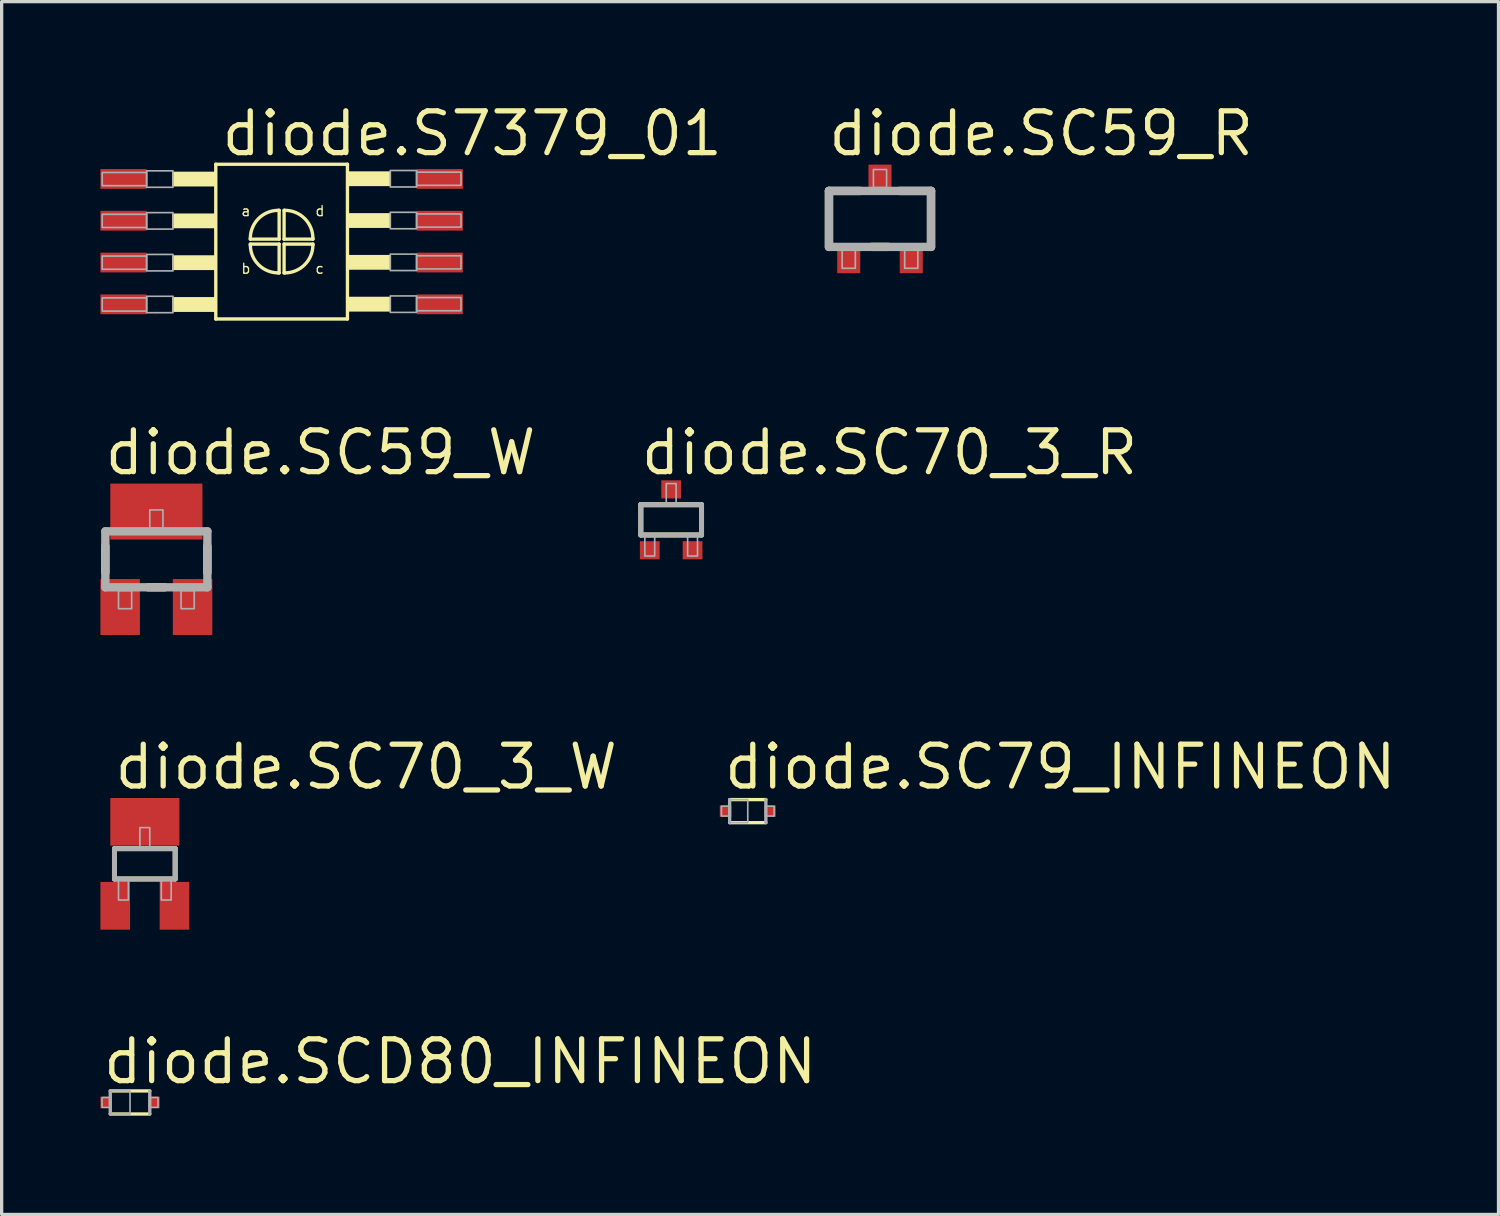
<source format=kicad_pcb>
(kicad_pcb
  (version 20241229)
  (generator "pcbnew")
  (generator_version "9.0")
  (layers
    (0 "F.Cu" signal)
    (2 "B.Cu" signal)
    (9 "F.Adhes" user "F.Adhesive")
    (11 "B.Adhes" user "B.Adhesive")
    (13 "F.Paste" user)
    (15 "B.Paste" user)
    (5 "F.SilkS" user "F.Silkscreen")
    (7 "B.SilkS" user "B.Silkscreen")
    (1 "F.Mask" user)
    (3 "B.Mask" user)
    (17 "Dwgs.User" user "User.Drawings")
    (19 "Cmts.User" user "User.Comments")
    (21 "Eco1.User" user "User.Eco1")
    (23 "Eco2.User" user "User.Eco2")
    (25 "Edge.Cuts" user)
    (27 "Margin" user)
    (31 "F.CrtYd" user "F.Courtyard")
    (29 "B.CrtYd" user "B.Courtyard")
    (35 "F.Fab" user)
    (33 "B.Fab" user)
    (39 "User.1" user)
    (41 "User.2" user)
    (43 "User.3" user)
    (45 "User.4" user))
  (footprint "diode.SC79_INFINEON"
    (layer "F.Cu")
    (at 19.666 21.591)
    (property "Reference" "diode.SC79_INFINEON" (at -0.8 -0.6 0) (layer "F.SilkS") (effects (font (size 1.27 1.27) (thickness 0.16)) (justify left bottom)))
    (attr smd)
    (fp_line (start -0.55 -0.35) (end 0.55 -0.35) (stroke (width 0.102) (type default)) (layer "F.SilkS"))
    (fp_line (start 0.55 0.35) (end -0.55 0.35) (stroke (width 0.102) (type default)) (layer "F.SilkS"))
    (fp_line (start -0.55 0.35) (end -0.55 -0.35) (stroke (width 0.102) (type default)) (layer "F.Fab"))
    (fp_line (start 0.55 -0.35) (end 0.55 0.35) (stroke (width 0.102) (type default)) (layer "F.Fab"))
    (fp_rect (start -0.8 0.15) (end -0.55 -0.15) (stroke (width 0.05) (type default)) (fill no) (layer "F.Fab"))
    (fp_rect (start -0.55 0.35) (end 0 -0.35) (stroke (width 0.05) (type default)) (fill no) (layer "F.Fab"))
    (fp_rect (start 0.55 0.15) (end 0.8 -0.15) (stroke (width 0.05) (type default)) (fill no) (layer "F.Fab"))
    (pad "A" smd roundrect (at 0.675 0) (size 0.35 0.35) (layers "F.Cu" "F.Mask" "F.Paste") (roundrect_rratio 0.01))
    (pad "C" smd roundrect (at -0.675 0) (size 0.35 0.35) (layers "F.Cu" "F.Mask" "F.Paste") (roundrect_rratio 0.01)))
  (footprint "diode.SC59_W"
    (layer "F.Cu")
    (at 1.7 13.941)
    (property "Reference" "diode.SC59_W" (at -1.65 -2.5 0) (layer "F.SilkS") (effects (font (size 1.27 1.27) (thickness 0.16)) (justify left bottom)))
    (attr smd)
    (fp_line (start -1.55 0.4) (end -1.55 -0.4) (stroke (width 0.254) (type default)) (layer "F.SilkS"))
    (fp_line (start 0.25 0.85) (end -0.25 0.85) (stroke (width 0.254) (type default)) (layer "F.SilkS"))
    (fp_line (start 1.55 -0.4) (end 1.55 0.4) (stroke (width 0.254) (type default)) (layer "F.SilkS"))
    (fp_line (start -1.55 -0.85) (end 1.55 -0.85) (stroke (width 0.254) (type default)) (layer "F.Fab"))
    (fp_line (start -1.55 0.85) (end -1.55 -0.85) (stroke (width 0.254) (type default)) (layer "F.Fab"))
    (fp_line (start 1.55 -0.85) (end 1.55 0.85) (stroke (width 0.254) (type default)) (layer "F.Fab"))
    (fp_line (start 1.55 0.85) (end -1.55 0.85) (stroke (width 0.254) (type default)) (layer "F.Fab"))
    (fp_rect (start -1.15 1.5) (end -0.75 0.95) (stroke (width 0.05) (type default)) (fill no) (layer "F.Fab"))
    (fp_rect (start -0.2 -0.95) (end 0.2 -1.5) (stroke (width 0.05) (type default)) (fill no) (layer "F.Fab"))
    (fp_rect (start 0.75 1.5) (end 1.15 0.95) (stroke (width 0.05) (type default)) (fill no) (layer "F.Fab"))
    (pad "1" smd roundrect (at -1.1 1.45) (size 1.2 1.7) (layers "F.Cu" "F.Mask" "F.Paste") (roundrect_rratio 0.01))
    (pad "2" smd roundrect (at 1.1 1.45) (size 1.2 1.7) (layers "F.Cu" "F.Mask" "F.Paste") (roundrect_rratio 0.01))
    (pad "3" smd roundrect (at 0 -1.45) (size 2.8 1.7) (layers "F.Cu" "F.Mask" "F.Paste") (roundrect_rratio 0.01)))
  (footprint "diode.SC70_3_W"
    (layer "F.Cu")
    (at 1.35 23.191)
    (property "Reference" "diode.SC70_3_W" (at -1 -2.2 0) (layer "F.SilkS") (effects (font (size 1.27 1.27) (thickness 0.16)) (justify left bottom)))
    (attr smd)
    (fp_line (start -0.922 -0.46) (end 0.922 -0.46) (stroke (width 0.152) (type default)) (layer "F.SilkS"))
    (fp_line (start -0.922 0.46) (end -0.922 -0.46) (stroke (width 0.152) (type default)) (layer "F.SilkS"))
    (fp_line (start 0.922 -0.46) (end 0.922 0.46) (stroke (width 0.152) (type default)) (layer "F.SilkS"))
    (fp_line (start 0.922 0.46) (end -0.922 0.46) (stroke (width 0.152) (type default)) (layer "F.SilkS"))
    (fp_line (start -0.922 -0.46) (end 0.922 -0.46) (stroke (width 0.152) (type default)) (layer "F.Fab"))
    (fp_line (start -0.922 0.46) (end -0.922 -0.46) (stroke (width 0.152) (type default)) (layer "F.Fab"))
    (fp_line (start 0.922 -0.46) (end 0.922 0.46) (stroke (width 0.152) (type default)) (layer "F.Fab"))
    (fp_line (start 0.922 0.46) (end -0.922 0.46) (stroke (width 0.152) (type default)) (layer "F.Fab"))
    (fp_rect (start -0.8 1.1) (end -0.5 0.5) (stroke (width 0.05) (type default)) (fill no) (layer "F.Fab"))
    (fp_rect (start -0.15 -0.5) (end 0.15 -1.1) (stroke (width 0.05) (type default)) (fill no) (layer "F.Fab"))
    (fp_rect (start 0.5 1.1) (end 0.8 0.5) (stroke (width 0.05) (type default)) (fill no) (layer "F.Fab"))
    (pad "1" smd roundrect (at -0.9 1.275) (size 0.9 1.45) (layers "F.Cu" "F.Mask" "F.Paste") (roundrect_rratio 0.01))
    (pad "2" smd roundrect (at 0.9 1.275) (size 0.9 1.45) (layers "F.Cu" "F.Mask" "F.Paste") (roundrect_rratio 0.01))
    (pad "3" smd roundrect (at 0 -1.275) (size 2.1 1.45) (layers "F.Cu" "F.Mask" "F.Paste") (roundrect_rratio 0.01)))
  (footprint "diode.S7379_01"
    (layer "F.Cu")
    (at 5.505 4.29)
    (property "Reference" "diode.S7379_01" (at -1.905 -2.54 0) (layer "F.SilkS") (effects (font (size 1.27 1.27) (thickness 0.16)) (justify left bottom)))
    (attr smd)
    (fp_line (start -2 -2.35) (end 2 -2.35) (stroke (width 0.102) (type default)) (layer "F.SilkS"))
    (fp_line (start -2 2.35) (end -2 -2.35) (stroke (width 0.102) (type default)) (layer "F.SilkS"))
    (fp_line (start -0.95 -0.075) (end -0.95 -0.1) (stroke (width 0.102) (type default)) (layer "F.SilkS"))
    (fp_line (start -0.95 0.075) (end -0.075 0.075) (stroke (width 0.102) (type default)) (layer "F.SilkS"))
    (fp_line (start -0.95 0.1) (end -0.95 0.075) (stroke (width 0.102) (type default)) (layer "F.SilkS"))
    (fp_line (start -0.1 -0.95) (end -0.075 -0.95) (stroke (width 0.102) (type default)) (layer "F.SilkS"))
    (fp_line (start -0.075 -0.95) (end -0.075 -0.075) (stroke (width 0.102) (type default)) (layer "F.SilkS"))
    (fp_line (start -0.075 -0.075) (end -0.95 -0.075) (stroke (width 0.102) (type default)) (layer "F.SilkS"))
    (fp_line (start -0.075 0.075) (end -0.075 0.95) (stroke (width 0.102) (type default)) (layer "F.SilkS"))
    (fp_line (start -0.075 0.95) (end -0.1 0.95) (stroke (width 0.102) (type default)) (layer "F.SilkS"))
    (fp_line (start 0.075 -0.95) (end 0.1 -0.95) (stroke (width 0.102) (type default)) (layer "F.SilkS"))
    (fp_line (start 0.075 -0.075) (end 0.075 -0.95) (stroke (width 0.102) (type default)) (layer "F.SilkS"))
    (fp_line (start 0.075 0.075) (end 0.95 0.075) (stroke (width 0.102) (type default)) (layer "F.SilkS"))
    (fp_line (start 0.075 0.95) (end 0.075 0.075) (stroke (width 0.102) (type default)) (layer "F.SilkS"))
    (fp_line (start 0.1 0.95) (end 0.075 0.95) (stroke (width 0.102) (type default)) (layer "F.SilkS"))
    (fp_line (start 0.95 -0.1) (end 0.95 -0.075) (stroke (width 0.102) (type default)) (layer "F.SilkS"))
    (fp_line (start 0.95 -0.075) (end 0.075 -0.075) (stroke (width 0.102) (type default)) (layer "F.SilkS"))
    (fp_line (start 0.95 0.075) (end 0.95 0.1) (stroke (width 0.102) (type default)) (layer "F.SilkS"))
    (fp_line (start 2 -2.35) (end 2 2.35) (stroke (width 0.102) (type default)) (layer "F.SilkS"))
    (fp_line (start 2 2.35) (end -2 2.35) (stroke (width 0.102) (type default)) (layer "F.SilkS"))
    (fp_rect (start -3.3 -1.7) (end -2 -2.1) (stroke (width 0.05) (type default)) (fill yes) (layer "F.SilkS"))
    (fp_rect (start -3.3 -0.43) (end -2 -0.83) (stroke (width 0.05) (type default)) (fill yes) (layer "F.SilkS"))
    (fp_rect (start -3.3 0.84) (end -2 0.44) (stroke (width 0.05) (type default)) (fill yes) (layer "F.SilkS"))
    (fp_rect (start -3.3 2.11) (end -2 1.71) (stroke (width 0.05) (type default)) (fill yes) (layer "F.SilkS"))
    (fp_rect (start 2 -1.71) (end 3.3 -2.11) (stroke (width 0.05) (type default)) (fill yes) (layer "F.SilkS"))
    (fp_rect (start 2 -0.44) (end 3.3 -0.84) (stroke (width 0.05) (type default)) (fill yes) (layer "F.SilkS"))
    (fp_rect (start 2 0.83) (end 3.3 0.43) (stroke (width 0.05) (type default)) (fill yes) (layer "F.SilkS"))
    (fp_rect (start 2 2.1) (end 3.3 1.7) (stroke (width 0.05) (type default)) (fill yes) (layer "F.SilkS"))
    (fp_arc (start -0.95 -0.1) (mid -0.701041 -0.701041) (end -0.1 -0.95) (stroke (width 0.1016) (type default)) (layer "F.SilkS"))
    (fp_arc (start -0.1 0.95) (mid -0.701041 0.701041) (end -0.95 0.1) (stroke (width 0.1016) (type default)) (layer "F.SilkS"))
    (fp_arc (start 0.1 -0.95) (mid 0.701041 -0.701041) (end 0.95 -0.1) (stroke (width 0.1016) (type default)) (layer "F.SilkS"))
    (fp_arc (start 0.95 0.1) (mid 0.701041 0.701041) (end 0.1 0.95) (stroke (width 0.1016) (type default)) (layer "F.SilkS"))
    (fp_rect (start -5.45 -1.7) (end -4.1 -2.1) (stroke (width 0.05) (type default)) (fill no) (layer "F.Fab"))
    (fp_rect (start -5.45 -0.43) (end -4.1 -0.83) (stroke (width 0.05) (type default)) (fill no) (layer "F.Fab"))
    (fp_rect (start -5.45 0.84) (end -4.1 0.44) (stroke (width 0.05) (type default)) (fill no) (layer "F.Fab"))
    (fp_rect (start -5.45 2.11) (end -4.1 1.71) (stroke (width 0.05) (type default)) (fill no) (layer "F.Fab"))
    (fp_rect (start -4.1 -1.65) (end -3.3 -2.15) (stroke (width 0.05) (type default)) (fill no) (layer "F.Fab"))
    (fp_rect (start -4.1 -0.38) (end -3.3 -0.88) (stroke (width 0.05) (type default)) (fill no) (layer "F.Fab"))
    (fp_rect (start -4.1 0.89) (end -3.3 0.39) (stroke (width 0.05) (type default)) (fill no) (layer "F.Fab"))
    (fp_rect (start -4.1 2.16) (end -3.3 1.66) (stroke (width 0.05) (type default)) (fill no) (layer "F.Fab"))
    (fp_rect (start 3.3 -1.66) (end 4.1 -2.16) (stroke (width 0.05) (type default)) (fill no) (layer "F.Fab"))
    (fp_rect (start 3.3 -0.39) (end 4.1 -0.89) (stroke (width 0.05) (type default)) (fill no) (layer "F.Fab"))
    (fp_rect (start 3.3 0.88) (end 4.1 0.38) (stroke (width 0.05) (type default)) (fill no) (layer "F.Fab"))
    (fp_rect (start 3.3 2.15) (end 4.1 1.65) (stroke (width 0.05) (type default)) (fill no) (layer "F.Fab"))
    (fp_rect (start 4.1 -1.71) (end 5.45 -2.11) (stroke (width 0.05) (type default)) (fill no) (layer "F.Fab"))
    (fp_rect (start 4.1 -0.44) (end 5.45 -0.84) (stroke (width 0.05) (type default)) (fill no) (layer "F.Fab"))
    (fp_rect (start 4.1 0.83) (end 5.45 0.43) (stroke (width 0.05) (type default)) (fill no) (layer "F.Fab"))
    (fp_rect (start 4.1 2.1) (end 5.45 1.7) (stroke (width 0.05) (type default)) (fill no) (layer "F.Fab"))
    (fp_text user "c" (at 1 1 0) (layer "F.SilkS") (effects (font (size 0.305 0.305) (thickness 0.04)) (justify left bottom)))
    (fp_text user "d" (at 1 -0.75 0) (layer "F.SilkS") (effects (font (size 0.305 0.305) (thickness 0.04)) (justify left bottom)))
    (fp_text user "b" (at -1.25 1 0) (layer "F.SilkS") (effects (font (size 0.305 0.305) (thickness 0.04)) (justify left bottom)))
    (fp_text user "a" (at -1.25 -0.75 0) (layer "F.SilkS") (effects (font (size 0.305 0.305) (thickness 0.04)) (justify left bottom)))
    (pad "1" smd roundrect (at -4.805 -1.905) (size 1.4 0.6) (layers "F.Cu" "F.Mask" "F.Paste") (roundrect_rratio 0.01))
    (pad "2" smd roundrect (at -4.805 -0.635) (size 1.4 0.6) (layers "F.Cu" "F.Mask" "F.Paste") (roundrect_rratio 0.01))
    (pad "3" smd roundrect (at -4.805 0.635) (size 1.4 0.6) (layers "F.Cu" "F.Mask" "F.Paste") (roundrect_rratio 0.01))
    (pad "4" smd roundrect (at -4.805 1.905) (size 1.4 0.6) (layers "F.Cu" "F.Mask" "F.Paste") (roundrect_rratio 0.01))
    (pad "5" smd roundrect (at 4.805 1.905 180) (size 1.4 0.6) (layers "F.Cu" "F.Mask" "F.Paste") (roundrect_rratio 0.01))
    (pad "6" smd roundrect (at 4.805 0.635 180) (size 1.4 0.6) (layers "F.Cu" "F.Mask" "F.Paste") (roundrect_rratio 0.01))
    (pad "7" smd roundrect (at 4.805 -0.635 180) (size 1.4 0.6) (layers "F.Cu" "F.Mask" "F.Paste") (roundrect_rratio 0.01))
    (pad "8" smd roundrect (at 4.805 -1.905 180) (size 1.4 0.6) (layers "F.Cu" "F.Mask" "F.Paste") (roundrect_rratio 0.01)))
  (footprint "diode.SC70_3_R"
    (layer "F.Cu")
    (at 17.339 12.741)
    (property "Reference" "diode.SC70_3_R" (at -1 -1.3 0) (layer "F.SilkS") (effects (font (size 1.27 1.27) (thickness 0.16)) (justify left bottom)))
    (attr smd)
    (fp_line (start -0.922 -0.46) (end 0.922 -0.46) (stroke (width 0.152) (type default)) (layer "F.SilkS"))
    (fp_line (start -0.922 0.46) (end -0.922 -0.46) (stroke (width 0.152) (type default)) (layer "F.SilkS"))
    (fp_line (start 0.922 -0.46) (end 0.922 0.46) (stroke (width 0.152) (type default)) (layer "F.SilkS"))
    (fp_line (start 0.922 0.46) (end -0.922 0.46) (stroke (width 0.152) (type default)) (layer "F.SilkS"))
    (fp_line (start -0.922 -0.46) (end 0.922 -0.46) (stroke (width 0.152) (type default)) (layer "F.Fab"))
    (fp_line (start -0.922 0.46) (end -0.922 -0.46) (stroke (width 0.152) (type default)) (layer "F.Fab"))
    (fp_line (start 0.922 -0.46) (end 0.922 0.46) (stroke (width 0.152) (type default)) (layer "F.Fab"))
    (fp_line (start 0.922 0.46) (end -0.922 0.46) (stroke (width 0.152) (type default)) (layer "F.Fab"))
    (fp_rect (start -0.8 1.1) (end -0.5 0.5) (stroke (width 0.05) (type default)) (fill no) (layer "F.Fab"))
    (fp_rect (start -0.15 -0.5) (end 0.15 -1.1) (stroke (width 0.05) (type default)) (fill no) (layer "F.Fab"))
    (fp_rect (start 0.5 1.1) (end 0.8 0.5) (stroke (width 0.05) (type default)) (fill no) (layer "F.Fab"))
    (pad "1" smd roundrect (at -0.65 0.925) (size 0.6 0.55) (layers "F.Cu" "F.Mask" "F.Paste") (roundrect_rratio 0.01))
    (pad "2" smd roundrect (at 0.65 0.925) (size 0.6 0.55) (layers "F.Cu" "F.Mask" "F.Paste") (roundrect_rratio 0.01))
    (pad "3" smd roundrect (at 0 -0.925) (size 0.6 0.55) (layers "F.Cu" "F.Mask" "F.Paste") (roundrect_rratio 0.01)))
  (footprint "diode.SCD80_INFINEON"
    (layer "F.Cu")
    (at 0.9 30.441)
    (property "Reference" "diode.SCD80_INFINEON" (at -0.9 -0.5 0) (layer "F.SilkS") (effects (font (size 1.27 1.27) (thickness 0.16)) (justify left bottom)))
    (attr smd)
    (fp_line (start -0.6 0.35) (end 0.6 0.35) (stroke (width 0.102) (type default)) (layer "F.SilkS"))
    (fp_line (start 0.6 -0.35) (end -0.6 -0.35) (stroke (width 0.102) (type default)) (layer "F.SilkS"))
    (fp_line (start -0.6 -0.35) (end -0.6 0.35) (stroke (width 0.102) (type default)) (layer "F.Fab"))
    (fp_line (start 0.6 0.35) (end 0.6 -0.35) (stroke (width 0.102) (type default)) (layer "F.Fab"))
    (fp_rect (start -0.85 0.15) (end -0.6 -0.15) (stroke (width 0.05) (type default)) (fill no) (layer "F.Fab"))
    (fp_rect (start -0.6 0.35) (end 0 -0.35) (stroke (width 0.05) (type default)) (fill no) (layer "F.Fab"))
    (fp_rect (start 0.6 0.15) (end 0.85 -0.15) (stroke (width 0.05) (type default)) (fill no) (layer "F.Fab"))
    (pad "A" smd roundrect (at 0.725 0) (size 0.35 0.35) (layers "F.Cu" "F.Mask" "F.Paste") (roundrect_rratio 0.01))
    (pad "C" smd roundrect (at -0.725 0) (size 0.35 0.35) (layers "F.Cu" "F.Mask" "F.Paste") (roundrect_rratio 0.01)))
  (footprint "diode.SC59_R"
    (layer "F.Cu")
    (at 23.683 3.6)
    (property "Reference" "diode.SC59_R" (at -1.65 -1.85 0) (layer "F.SilkS") (effects (font (size 1.27 1.27) (thickness 0.16)) (justify left bottom)))
    (attr smd)
    (fp_line (start -1.55 -0.85) (end -0.6 -0.85) (stroke (width 0.254) (type default)) (layer "F.SilkS"))
    (fp_line (start -1.55 0.85) (end -1.55 -0.85) (stroke (width 0.254) (type default)) (layer "F.SilkS"))
    (fp_line (start 0.25 0.85) (end -0.25 0.85) (stroke (width 0.254) (type default)) (layer "F.SilkS"))
    (fp_line (start 0.6 -0.85) (end 1.55 -0.85) (stroke (width 0.254) (type default)) (layer "F.SilkS"))
    (fp_line (start 1.55 -0.85) (end 1.55 0.85) (stroke (width 0.254) (type default)) (layer "F.SilkS"))
    (fp_line (start -1.55 -0.85) (end 1.55 -0.85) (stroke (width 0.254) (type default)) (layer "F.Fab"))
    (fp_line (start -1.55 0.85) (end -1.55 -0.85) (stroke (width 0.254) (type default)) (layer "F.Fab"))
    (fp_line (start 1.55 -0.85) (end 1.55 0.85) (stroke (width 0.254) (type default)) (layer "F.Fab"))
    (fp_line (start 1.55 0.85) (end -1.55 0.85) (stroke (width 0.254) (type default)) (layer "F.Fab"))
    (fp_rect (start -1.15 1.5) (end -0.75 0.95) (stroke (width 0.05) (type default)) (fill no) (layer "F.Fab"))
    (fp_rect (start -0.2 -0.95) (end 0.2 -1.5) (stroke (width 0.05) (type default)) (fill no) (layer "F.Fab"))
    (fp_rect (start 0.75 1.5) (end 1.15 0.95) (stroke (width 0.05) (type default)) (fill no) (layer "F.Fab"))
    (pad "1" smd roundrect (at -0.95 1.2) (size 0.7 0.9) (layers "F.Cu" "F.Mask" "F.Paste") (roundrect_rratio 0.01))
    (pad "2" smd roundrect (at 0.95 1.2) (size 0.7 0.9) (layers "F.Cu" "F.Mask" "F.Paste") (roundrect_rratio 0.01))
    (pad "3" smd roundrect (at 0 -1.2) (size 0.7 0.9) (layers "F.Cu" "F.Mask" "F.Paste") (roundrect_rratio 0.01)))
  (gr_rect
    (start -3 -3)
    (end 42.472 33.842)
    (stroke (width 0.1) (type default))
    (fill no)
    (layer "Edge.Cuts")))
</source>
